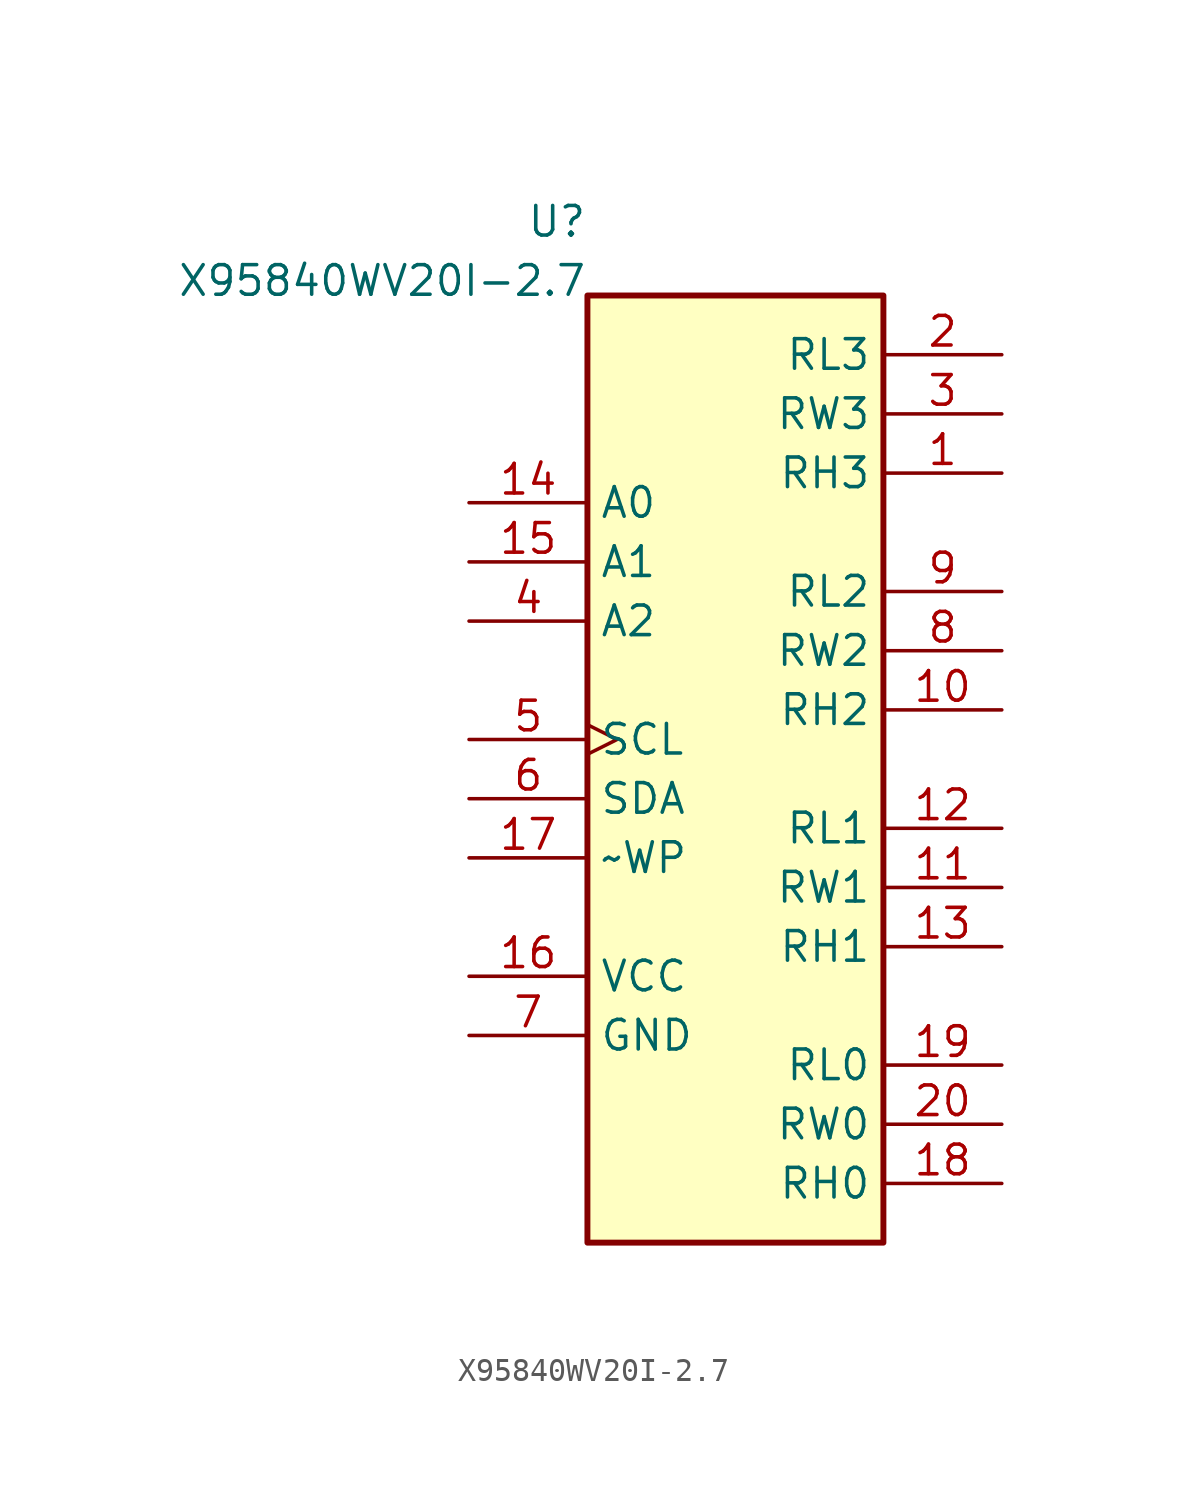
<source format=kicad_sym>
(kicad_symbol_lib
  (version 20241209)
  (generator "kicad_symbol_editor")
  (generator_version "8.0")
  (symbol "X95840WV20I-2.7"
    (property "Reference" "U"
      (at -6.35 23.495 0)
      (effects (font (size 1.27 1.27)) (justify right) (hide no)))
    (property "Value" "X95840WV20I-2.7"
      (at -6.35 20.955 0)
      (effects (font (size 1.27 1.27)) (justify right) (hide no)))
    (symbol "X95840WV20I-2.7_1_1"
      (rectangle (start -6.35 -20.32) (end 6.35 20.32) (stroke (width 0.254) (type solid)) (fill (type background)))
      (pin input line (at -11.43 11.43 0) (length 5.08) (name "A0" (effects (font (size 1.27 1.27)))) (number "14" (effects (font (size 1.27 1.27)))))
      (pin input line (at -11.43 8.89 0) (length 5.08) (name "A1" (effects (font (size 1.27 1.27)))) (number "15" (effects (font (size 1.27 1.27)))))
      (pin input line (at -11.43 6.35 0) (length 5.08) (name "A2" (effects (font (size 1.27 1.27)))) (number "4" (effects (font (size 1.27 1.27)))))
      (pin bidirectional clock (at -11.43 1.27 0) (length 5.08) (name "SCL" (effects (font (size 1.27 1.27)))) (number "5" (effects (font (size 1.27 1.27)))))
      (pin bidirectional line (at -11.43 -1.27 0) (length 5.08) (name "SDA" (effects (font (size 1.27 1.27)))) (number "6" (effects (font (size 1.27 1.27)))))
      (pin input line (at -11.43 -3.81 0) (length 5.08) (name "~WP" (effects (font (size 1.27 1.27)))) (number "17" (effects (font (size 1.27 1.27)))))
      (pin power_in line (at -11.43 -8.89 0) (length 5.08) (name "VCC" (effects (font (size 1.27 1.27)))) (number "16" (effects (font (size 1.27 1.27)))))
      (pin power_in line (at -11.43 -11.43 0) (length 5.08) (name "GND" (effects (font (size 1.27 1.27)))) (number "7" (effects (font (size 1.27 1.27)))))
      (pin passive line (at 11.43 17.78 180) (length 5.08) (name "RL3" (effects (font (size 1.27 1.27)))) (number "2" (effects (font (size 1.27 1.27)))))
      (pin output line (at 11.43 15.24 180) (length 5.08) (name "RW3" (effects (font (size 1.27 1.27)))) (number "3" (effects (font (size 1.27 1.27)))))
      (pin passive line (at 11.43 12.7 180) (length 5.08) (name "RH3" (effects (font (size 1.27 1.27)))) (number "1" (effects (font (size 1.27 1.27)))))
      (pin passive line (at 11.43 7.62 180) (length 5.08) (name "RL2" (effects (font (size 1.27 1.27)))) (number "9" (effects (font (size 1.27 1.27)))))
      (pin output line (at 11.43 5.08 180) (length 5.08) (name "RW2" (effects (font (size 1.27 1.27)))) (number "8" (effects (font (size 1.27 1.27)))))
      (pin passive line (at 11.43 2.54 180) (length 5.08) (name "RH2" (effects (font (size 1.27 1.27)))) (number "10" (effects (font (size 1.27 1.27)))))
      (pin passive line (at 11.43 -2.54 180) (length 5.08) (name "RL1" (effects (font (size 1.27 1.27)))) (number "12" (effects (font (size 1.27 1.27)))))
      (pin output line (at 11.43 -5.08 180) (length 5.08) (name "RW1" (effects (font (size 1.27 1.27)))) (number "11" (effects (font (size 1.27 1.27)))))
      (pin passive line (at 11.43 -7.62 180) (length 5.08) (name "RH1" (effects (font (size 1.27 1.27)))) (number "13" (effects (font (size 1.27 1.27)))))
      (pin passive line (at 11.43 -12.7 180) (length 5.08) (name "RL0" (effects (font (size 1.27 1.27)))) (number "19" (effects (font (size 1.27 1.27)))))
      (pin output line (at 11.43 -15.24 180) (length 5.08) (name "RW0" (effects (font (size 1.27 1.27)))) (number "20" (effects (font (size 1.27 1.27)))))
      (pin passive line (at 11.43 -17.78 180) (length 5.08) (name "RH0" (effects (font (size 1.27 1.27)))) (number "18" (effects (font (size 1.27 1.27))))))))
</source>
